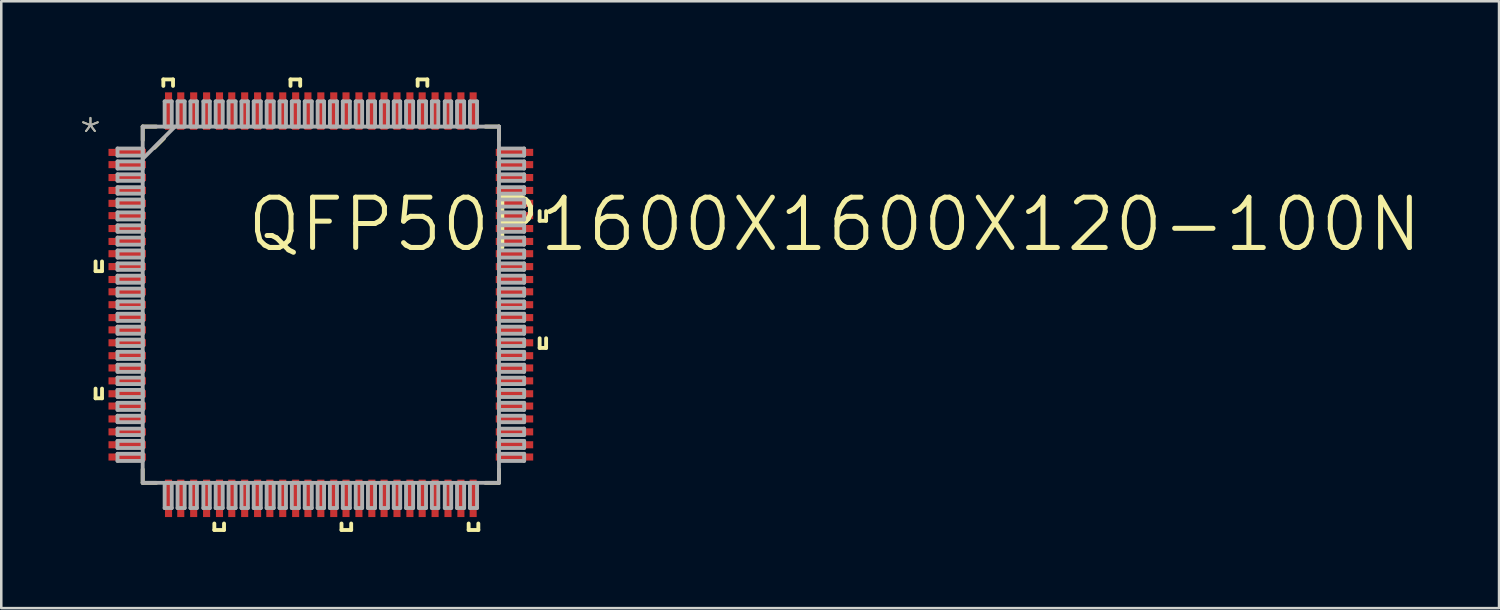
<source format=kicad_pcb>
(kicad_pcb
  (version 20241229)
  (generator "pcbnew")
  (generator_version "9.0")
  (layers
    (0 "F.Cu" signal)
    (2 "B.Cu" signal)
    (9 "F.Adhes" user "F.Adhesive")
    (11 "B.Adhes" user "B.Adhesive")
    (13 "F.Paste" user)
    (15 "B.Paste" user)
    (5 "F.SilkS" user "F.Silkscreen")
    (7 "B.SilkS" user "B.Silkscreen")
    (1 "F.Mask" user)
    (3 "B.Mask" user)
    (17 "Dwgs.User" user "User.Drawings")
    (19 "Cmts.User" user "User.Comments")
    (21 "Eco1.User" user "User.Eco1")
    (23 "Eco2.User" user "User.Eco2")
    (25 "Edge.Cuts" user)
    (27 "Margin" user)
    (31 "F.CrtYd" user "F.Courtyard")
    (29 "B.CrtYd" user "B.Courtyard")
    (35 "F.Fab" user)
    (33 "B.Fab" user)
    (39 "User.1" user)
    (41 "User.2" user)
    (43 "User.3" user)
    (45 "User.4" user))
  (footprint "QFP50P1600X1600X120-100N"
    (layer "F.Cu")
    (at 9.576 8.941)
    (property "Reference" "QFP50P1600X1600X120-100N" (at -3 -2 0) (layer "F.SilkS") (effects (font (size 1.979 1.979) (thickness 0.198)) (justify left bottom)))
    (attr through_hole)
    (fp_line (start -8.865 -1.702) (end -8.865 -1.321) (stroke (width 0.152) (type solid)) (layer "F.SilkS"))
    (fp_line (start -8.865 -1.321) (end -8.611 -1.321) (stroke (width 0.152) (type solid)) (layer "F.SilkS"))
    (fp_line (start -8.865 3.302) (end -8.865 3.683) (stroke (width 0.152) (type solid)) (layer "F.SilkS"))
    (fp_line (start -8.865 3.683) (end -8.611 3.683) (stroke (width 0.152) (type solid)) (layer "F.SilkS"))
    (fp_line (start -8.611 -1.321) (end -8.611 -1.702) (stroke (width 0.152) (type solid)) (layer "F.SilkS"))
    (fp_line (start -8.611 3.683) (end -8.611 3.302) (stroke (width 0.152) (type solid)) (layer "F.SilkS"))
    (fp_line (start -7.01 -7.01) (end -7.01 -6.477) (stroke (width 0.152) (type solid)) (layer "F.SilkS"))
    (fp_line (start -7.01 6.477) (end -7.01 7.01) (stroke (width 0.152) (type solid)) (layer "F.SilkS"))
    (fp_line (start -7.01 7.01) (end -6.477 7.01) (stroke (width 0.152) (type solid)) (layer "F.SilkS"))
    (fp_line (start -6.553 -6.172) (end -6.172 -6.553) (stroke (width 0.152) (type solid)) (layer "F.SilkS"))
    (fp_line (start -6.477 -7.01) (end -7.01 -7.01) (stroke (width 0.152) (type solid)) (layer "F.SilkS"))
    (fp_line (start -6.198 -8.865) (end -5.817 -8.865) (stroke (width 0.152) (type solid)) (layer "F.SilkS"))
    (fp_line (start -6.198 -8.611) (end -6.198 -8.865) (stroke (width 0.152) (type solid)) (layer "F.SilkS"))
    (fp_line (start -5.817 -8.865) (end -5.817 -8.611) (stroke (width 0.152) (type solid)) (layer "F.SilkS"))
    (fp_line (start -4.191 8.611) (end -4.191 8.865) (stroke (width 0.152) (type solid)) (layer "F.SilkS"))
    (fp_line (start -4.191 8.865) (end -3.81 8.865) (stroke (width 0.152) (type solid)) (layer "F.SilkS"))
    (fp_line (start -3.81 8.865) (end -3.81 8.611) (stroke (width 0.152) (type solid)) (layer "F.SilkS"))
    (fp_line (start -1.194 -8.865) (end -0.813 -8.865) (stroke (width 0.152) (type solid)) (layer "F.SilkS"))
    (fp_line (start -1.194 -8.611) (end -1.194 -8.865) (stroke (width 0.152) (type solid)) (layer "F.SilkS"))
    (fp_line (start -0.813 -8.865) (end -0.813 -8.611) (stroke (width 0.152) (type solid)) (layer "F.SilkS"))
    (fp_line (start 0.813 8.611) (end 0.813 8.865) (stroke (width 0.152) (type solid)) (layer "F.SilkS"))
    (fp_line (start 0.813 8.865) (end 1.194 8.865) (stroke (width 0.152) (type solid)) (layer "F.SilkS"))
    (fp_line (start 1.194 8.865) (end 1.194 8.611) (stroke (width 0.152) (type solid)) (layer "F.SilkS"))
    (fp_line (start 3.81 -8.865) (end 4.191 -8.865) (stroke (width 0.152) (type solid)) (layer "F.SilkS"))
    (fp_line (start 3.81 -8.611) (end 3.81 -8.865) (stroke (width 0.152) (type solid)) (layer "F.SilkS"))
    (fp_line (start 4.191 -8.865) (end 4.191 -8.611) (stroke (width 0.152) (type solid)) (layer "F.SilkS"))
    (fp_line (start 5.817 8.611) (end 5.817 8.865) (stroke (width 0.152) (type solid)) (layer "F.SilkS"))
    (fp_line (start 5.817 8.865) (end 6.198 8.865) (stroke (width 0.152) (type solid)) (layer "F.SilkS"))
    (fp_line (start 6.198 8.865) (end 6.198 8.611) (stroke (width 0.152) (type solid)) (layer "F.SilkS"))
    (fp_line (start 6.477 7.01) (end 7.01 7.01) (stroke (width 0.152) (type solid)) (layer "F.SilkS"))
    (fp_line (start 7.01 -7.01) (end 6.477 -7.01) (stroke (width 0.152) (type solid)) (layer "F.SilkS"))
    (fp_line (start 7.01 -6.477) (end 7.01 -7.01) (stroke (width 0.152) (type solid)) (layer "F.SilkS"))
    (fp_line (start 7.01 7.01) (end 7.01 6.477) (stroke (width 0.152) (type solid)) (layer "F.SilkS"))
    (fp_line (start 8.611 -3.302) (end 8.611 -3.683) (stroke (width 0.152) (type solid)) (layer "F.SilkS"))
    (fp_line (start 8.611 1.702) (end 8.611 1.321) (stroke (width 0.152) (type solid)) (layer "F.SilkS"))
    (fp_line (start 8.865 -3.683) (end 8.865 -3.302) (stroke (width 0.152) (type solid)) (layer "F.SilkS"))
    (fp_line (start 8.865 -3.302) (end 8.611 -3.302) (stroke (width 0.152) (type solid)) (layer "F.SilkS"))
    (fp_line (start 8.865 1.321) (end 8.865 1.702) (stroke (width 0.152) (type solid)) (layer "F.SilkS"))
    (fp_line (start 8.865 1.702) (end 8.611 1.702) (stroke (width 0.152) (type solid)) (layer "F.SilkS"))
    (fp_line (start -8.001 -6.147) (end -8.001 -5.867) (stroke (width 0.152) (type solid)) (layer "F.Fab"))
    (fp_line (start -8.001 -5.867) (end -7.01 -5.867) (stroke (width 0.152) (type solid)) (layer "F.Fab"))
    (fp_line (start -8.001 -5.639) (end -8.001 -5.359) (stroke (width 0.152) (type solid)) (layer "F.Fab"))
    (fp_line (start -8.001 -5.359) (end -7.01 -5.359) (stroke (width 0.152) (type solid)) (layer "F.Fab"))
    (fp_line (start -8.001 -5.131) (end -8.001 -4.877) (stroke (width 0.152) (type solid)) (layer "F.Fab"))
    (fp_line (start -8.001 -4.877) (end -7.01 -4.877) (stroke (width 0.152) (type solid)) (layer "F.Fab"))
    (fp_line (start -8.001 -4.623) (end -8.001 -4.369) (stroke (width 0.152) (type solid)) (layer "F.Fab"))
    (fp_line (start -8.001 -4.369) (end -7.01 -4.369) (stroke (width 0.152) (type solid)) (layer "F.Fab"))
    (fp_line (start -8.001 -4.14) (end -8.001 -3.861) (stroke (width 0.152) (type solid)) (layer "F.Fab"))
    (fp_line (start -8.001 -3.861) (end -7.01 -3.861) (stroke (width 0.152) (type solid)) (layer "F.Fab"))
    (fp_line (start -8.001 -3.632) (end -8.001 -3.353) (stroke (width 0.152) (type solid)) (layer "F.Fab"))
    (fp_line (start -8.001 -3.353) (end -7.01 -3.353) (stroke (width 0.152) (type solid)) (layer "F.Fab"))
    (fp_line (start -8.001 -3.124) (end -8.001 -2.87) (stroke (width 0.152) (type solid)) (layer "F.Fab"))
    (fp_line (start -8.001 -2.87) (end -7.01 -2.87) (stroke (width 0.152) (type solid)) (layer "F.Fab"))
    (fp_line (start -8.001 -2.642) (end -8.001 -2.362) (stroke (width 0.152) (type solid)) (layer "F.Fab"))
    (fp_line (start -8.001 -2.362) (end -7.01 -2.362) (stroke (width 0.152) (type solid)) (layer "F.Fab"))
    (fp_line (start -8.001 -2.134) (end -8.001 -1.854) (stroke (width 0.152) (type solid)) (layer "F.Fab"))
    (fp_line (start -8.001 -1.854) (end -7.01 -1.854) (stroke (width 0.152) (type solid)) (layer "F.Fab"))
    (fp_line (start -8.001 -1.626) (end -8.001 -1.372) (stroke (width 0.152) (type solid)) (layer "F.Fab"))
    (fp_line (start -8.001 -1.372) (end -7.01 -1.372) (stroke (width 0.152) (type solid)) (layer "F.Fab"))
    (fp_line (start -8.001 -1.143) (end -8.001 -0.864) (stroke (width 0.152) (type solid)) (layer "F.Fab"))
    (fp_line (start -8.001 -0.864) (end -7.01 -0.864) (stroke (width 0.152) (type solid)) (layer "F.Fab"))
    (fp_line (start -8.001 -0.635) (end -8.001 -0.356) (stroke (width 0.152) (type solid)) (layer "F.Fab"))
    (fp_line (start -8.001 -0.356) (end -7.01 -0.356) (stroke (width 0.152) (type solid)) (layer "F.Fab"))
    (fp_line (start -8.001 -0.127) (end -8.001 0.127) (stroke (width 0.152) (type solid)) (layer "F.Fab"))
    (fp_line (start -8.001 0.127) (end -7.01 0.127) (stroke (width 0.152) (type solid)) (layer "F.Fab"))
    (fp_line (start -8.001 0.356) (end -8.001 0.635) (stroke (width 0.152) (type solid)) (layer "F.Fab"))
    (fp_line (start -8.001 0.635) (end -7.01 0.635) (stroke (width 0.152) (type solid)) (layer "F.Fab"))
    (fp_line (start -8.001 0.864) (end -8.001 1.143) (stroke (width 0.152) (type solid)) (layer "F.Fab"))
    (fp_line (start -8.001 1.143) (end -7.01 1.143) (stroke (width 0.152) (type solid)) (layer "F.Fab"))
    (fp_line (start -8.001 1.372) (end -8.001 1.626) (stroke (width 0.152) (type solid)) (layer "F.Fab"))
    (fp_line (start -8.001 1.626) (end -7.01 1.626) (stroke (width 0.152) (type solid)) (layer "F.Fab"))
    (fp_line (start -8.001 1.854) (end -8.001 2.134) (stroke (width 0.152) (type solid)) (layer "F.Fab"))
    (fp_line (start -8.001 2.134) (end -7.01 2.134) (stroke (width 0.152) (type solid)) (layer "F.Fab"))
    (fp_line (start -8.001 2.362) (end -8.001 2.642) (stroke (width 0.152) (type solid)) (layer "F.Fab"))
    (fp_line (start -8.001 2.642) (end -7.01 2.642) (stroke (width 0.152) (type solid)) (layer "F.Fab"))
    (fp_line (start -8.001 2.87) (end -8.001 3.124) (stroke (width 0.152) (type solid)) (layer "F.Fab"))
    (fp_line (start -8.001 3.124) (end -7.01 3.124) (stroke (width 0.152) (type solid)) (layer "F.Fab"))
    (fp_line (start -8.001 3.353) (end -8.001 3.632) (stroke (width 0.152) (type solid)) (layer "F.Fab"))
    (fp_line (start -8.001 3.632) (end -7.01 3.632) (stroke (width 0.152) (type solid)) (layer "F.Fab"))
    (fp_line (start -8.001 3.861) (end -8.001 4.14) (stroke (width 0.152) (type solid)) (layer "F.Fab"))
    (fp_line (start -8.001 4.14) (end -7.01 4.14) (stroke (width 0.152) (type solid)) (layer "F.Fab"))
    (fp_line (start -8.001 4.369) (end -8.001 4.623) (stroke (width 0.152) (type solid)) (layer "F.Fab"))
    (fp_line (start -8.001 4.623) (end -7.01 4.623) (stroke (width 0.152) (type solid)) (layer "F.Fab"))
    (fp_line (start -8.001 4.877) (end -8.001 5.131) (stroke (width 0.152) (type solid)) (layer "F.Fab"))
    (fp_line (start -8.001 5.131) (end -7.01 5.131) (stroke (width 0.152) (type solid)) (layer "F.Fab"))
    (fp_line (start -8.001 5.359) (end -8.001 5.639) (stroke (width 0.152) (type solid)) (layer "F.Fab"))
    (fp_line (start -8.001 5.639) (end -7.01 5.639) (stroke (width 0.152) (type solid)) (layer "F.Fab"))
    (fp_line (start -8.001 5.867) (end -8.001 6.147) (stroke (width 0.152) (type solid)) (layer "F.Fab"))
    (fp_line (start -8.001 6.147) (end -7.01 6.147) (stroke (width 0.152) (type solid)) (layer "F.Fab"))
    (fp_line (start -7.01 -7.01) (end -7.01 7.01) (stroke (width 0.152) (type solid)) (layer "F.Fab"))
    (fp_line (start -7.01 -6.147) (end -8.001 -6.147) (stroke (width 0.152) (type solid)) (layer "F.Fab"))
    (fp_line (start -7.01 -5.867) (end -7.01 -6.147) (stroke (width 0.152) (type solid)) (layer "F.Fab"))
    (fp_line (start -7.01 -5.74) (end -5.74 -7.01) (stroke (width 0.152) (type solid)) (layer "F.Fab"))
    (fp_line (start -7.01 -5.639) (end -8.001 -5.639) (stroke (width 0.152) (type solid)) (layer "F.Fab"))
    (fp_line (start -7.01 -5.359) (end -7.01 -5.639) (stroke (width 0.152) (type solid)) (layer "F.Fab"))
    (fp_line (start -7.01 -5.131) (end -8.001 -5.131) (stroke (width 0.152) (type solid)) (layer "F.Fab"))
    (fp_line (start -7.01 -4.877) (end -7.01 -5.131) (stroke (width 0.152) (type solid)) (layer "F.Fab"))
    (fp_line (start -7.01 -4.623) (end -8.001 -4.623) (stroke (width 0.152) (type solid)) (layer "F.Fab"))
    (fp_line (start -7.01 -4.369) (end -7.01 -4.623) (stroke (width 0.152) (type solid)) (layer "F.Fab"))
    (fp_line (start -7.01 -4.14) (end -8.001 -4.14) (stroke (width 0.152) (type solid)) (layer "F.Fab"))
    (fp_line (start -7.01 -3.861) (end -7.01 -4.14) (stroke (width 0.152) (type solid)) (layer "F.Fab"))
    (fp_line (start -7.01 -3.632) (end -8.001 -3.632) (stroke (width 0.152) (type solid)) (layer "F.Fab"))
    (fp_line (start -7.01 -3.353) (end -7.01 -3.632) (stroke (width 0.152) (type solid)) (layer "F.Fab"))
    (fp_line (start -7.01 -3.124) (end -8.001 -3.124) (stroke (width 0.152) (type solid)) (layer "F.Fab"))
    (fp_line (start -7.01 -2.87) (end -7.01 -3.124) (stroke (width 0.152) (type solid)) (layer "F.Fab"))
    (fp_line (start -7.01 -2.642) (end -8.001 -2.642) (stroke (width 0.152) (type solid)) (layer "F.Fab"))
    (fp_line (start -7.01 -2.362) (end -7.01 -2.642) (stroke (width 0.152) (type solid)) (layer "F.Fab"))
    (fp_line (start -7.01 -2.134) (end -8.001 -2.134) (stroke (width 0.152) (type solid)) (layer "F.Fab"))
    (fp_line (start -7.01 -1.854) (end -7.01 -2.134) (stroke (width 0.152) (type solid)) (layer "F.Fab"))
    (fp_line (start -7.01 -1.626) (end -8.001 -1.626) (stroke (width 0.152) (type solid)) (layer "F.Fab"))
    (fp_line (start -7.01 -1.372) (end -7.01 -1.626) (stroke (width 0.152) (type solid)) (layer "F.Fab"))
    (fp_line (start -7.01 -1.143) (end -8.001 -1.143) (stroke (width 0.152) (type solid)) (layer "F.Fab"))
    (fp_line (start -7.01 -0.864) (end -7.01 -1.143) (stroke (width 0.152) (type solid)) (layer "F.Fab"))
    (fp_line (start -7.01 -0.635) (end -8.001 -0.635) (stroke (width 0.152) (type solid)) (layer "F.Fab"))
    (fp_line (start -7.01 -0.356) (end -7.01 -0.635) (stroke (width 0.152) (type solid)) (layer "F.Fab"))
    (fp_line (start -7.01 -0.127) (end -8.001 -0.127) (stroke (width 0.152) (type solid)) (layer "F.Fab"))
    (fp_line (start -7.01 0.127) (end -7.01 -0.127) (stroke (width 0.152) (type solid)) (layer "F.Fab"))
    (fp_line (start -7.01 0.356) (end -8.001 0.356) (stroke (width 0.152) (type solid)) (layer "F.Fab"))
    (fp_line (start -7.01 0.635) (end -7.01 0.356) (stroke (width 0.152) (type solid)) (layer "F.Fab"))
    (fp_line (start -7.01 0.864) (end -8.001 0.864) (stroke (width 0.152) (type solid)) (layer "F.Fab"))
    (fp_line (start -7.01 1.143) (end -7.01 0.864) (stroke (width 0.152) (type solid)) (layer "F.Fab"))
    (fp_line (start -7.01 1.372) (end -8.001 1.372) (stroke (width 0.152) (type solid)) (layer "F.Fab"))
    (fp_line (start -7.01 1.626) (end -7.01 1.372) (stroke (width 0.152) (type solid)) (layer "F.Fab"))
    (fp_line (start -7.01 1.854) (end -8.001 1.854) (stroke (width 0.152) (type solid)) (layer "F.Fab"))
    (fp_line (start -7.01 2.134) (end -7.01 1.854) (stroke (width 0.152) (type solid)) (layer "F.Fab"))
    (fp_line (start -7.01 2.362) (end -8.001 2.362) (stroke (width 0.152) (type solid)) (layer "F.Fab"))
    (fp_line (start -7.01 2.642) (end -7.01 2.362) (stroke (width 0.152) (type solid)) (layer "F.Fab"))
    (fp_line (start -7.01 2.87) (end -8.001 2.87) (stroke (width 0.152) (type solid)) (layer "F.Fab"))
    (fp_line (start -7.01 3.124) (end -7.01 2.87) (stroke (width 0.152) (type solid)) (layer "F.Fab"))
    (fp_line (start -7.01 3.353) (end -8.001 3.353) (stroke (width 0.152) (type solid)) (layer "F.Fab"))
    (fp_line (start -7.01 3.632) (end -7.01 3.353) (stroke (width 0.152) (type solid)) (layer "F.Fab"))
    (fp_line (start -7.01 3.861) (end -8.001 3.861) (stroke (width 0.152) (type solid)) (layer "F.Fab"))
    (fp_line (start -7.01 4.14) (end -7.01 3.861) (stroke (width 0.152) (type solid)) (layer "F.Fab"))
    (fp_line (start -7.01 4.369) (end -8.001 4.369) (stroke (width 0.152) (type solid)) (layer "F.Fab"))
    (fp_line (start -7.01 4.623) (end -7.01 4.369) (stroke (width 0.152) (type solid)) (layer "F.Fab"))
    (fp_line (start -7.01 4.877) (end -8.001 4.877) (stroke (width 0.152) (type solid)) (layer "F.Fab"))
    (fp_line (start -7.01 5.131) (end -7.01 4.877) (stroke (width 0.152) (type solid)) (layer "F.Fab"))
    (fp_line (start -7.01 5.359) (end -8.001 5.359) (stroke (width 0.152) (type solid)) (layer "F.Fab"))
    (fp_line (start -7.01 5.639) (end -7.01 5.359) (stroke (width 0.152) (type solid)) (layer "F.Fab"))
    (fp_line (start -7.01 5.867) (end -8.001 5.867) (stroke (width 0.152) (type solid)) (layer "F.Fab"))
    (fp_line (start -7.01 6.147) (end -7.01 5.867) (stroke (width 0.152) (type solid)) (layer "F.Fab"))
    (fp_line (start -7.01 7.01) (end 7.01 7.01) (stroke (width 0.152) (type solid)) (layer "F.Fab"))
    (fp_line (start -6.147 -8.001) (end -6.147 -7.01) (stroke (width 0.152) (type solid)) (layer "F.Fab"))
    (fp_line (start -6.147 -7.01) (end -5.867 -7.01) (stroke (width 0.152) (type solid)) (layer "F.Fab"))
    (fp_line (start -6.147 7.01) (end -6.147 8.001) (stroke (width 0.152) (type solid)) (layer "F.Fab"))
    (fp_line (start -6.147 8.001) (end -5.867 8.001) (stroke (width 0.152) (type solid)) (layer "F.Fab"))
    (fp_line (start -5.867 -8.001) (end -6.147 -8.001) (stroke (width 0.152) (type solid)) (layer "F.Fab"))
    (fp_line (start -5.867 -7.01) (end -5.867 -8.001) (stroke (width 0.152) (type solid)) (layer "F.Fab"))
    (fp_line (start -5.867 7.01) (end -6.147 7.01) (stroke (width 0.152) (type solid)) (layer "F.Fab"))
    (fp_line (start -5.867 8.001) (end -5.867 7.01) (stroke (width 0.152) (type solid)) (layer "F.Fab"))
    (fp_line (start -5.639 -8.001) (end -5.639 -7.01) (stroke (width 0.152) (type solid)) (layer "F.Fab"))
    (fp_line (start -5.639 -7.01) (end -5.359 -7.01) (stroke (width 0.152) (type solid)) (layer "F.Fab"))
    (fp_line (start -5.639 7.01) (end -5.639 8.001) (stroke (width 0.152) (type solid)) (layer "F.Fab"))
    (fp_line (start -5.639 8.001) (end -5.359 8.001) (stroke (width 0.152) (type solid)) (layer "F.Fab"))
    (fp_line (start -5.359 -8.001) (end -5.639 -8.001) (stroke (width 0.152) (type solid)) (layer "F.Fab"))
    (fp_line (start -5.359 -7.01) (end -5.359 -8.001) (stroke (width 0.152) (type solid)) (layer "F.Fab"))
    (fp_line (start -5.359 7.01) (end -5.639 7.01) (stroke (width 0.152) (type solid)) (layer "F.Fab"))
    (fp_line (start -5.359 8.001) (end -5.359 7.01) (stroke (width 0.152) (type solid)) (layer "F.Fab"))
    (fp_line (start -5.131 -8.001) (end -5.131 -7.01) (stroke (width 0.152) (type solid)) (layer "F.Fab"))
    (fp_line (start -5.131 -7.01) (end -4.877 -7.01) (stroke (width 0.152) (type solid)) (layer "F.Fab"))
    (fp_line (start -5.131 7.01) (end -5.131 8.001) (stroke (width 0.152) (type solid)) (layer "F.Fab"))
    (fp_line (start -5.131 8.001) (end -4.877 8.001) (stroke (width 0.152) (type solid)) (layer "F.Fab"))
    (fp_line (start -4.877 -8.001) (end -5.131 -8.001) (stroke (width 0.152) (type solid)) (layer "F.Fab"))
    (fp_line (start -4.877 -7.01) (end -4.877 -8.001) (stroke (width 0.152) (type solid)) (layer "F.Fab"))
    (fp_line (start -4.877 7.01) (end -5.131 7.01) (stroke (width 0.152) (type solid)) (layer "F.Fab"))
    (fp_line (start -4.877 8.001) (end -4.877 7.01) (stroke (width 0.152) (type solid)) (layer "F.Fab"))
    (fp_line (start -4.623 -8.001) (end -4.623 -7.01) (stroke (width 0.152) (type solid)) (layer "F.Fab"))
    (fp_line (start -4.623 -7.01) (end -4.369 -7.01) (stroke (width 0.152) (type solid)) (layer "F.Fab"))
    (fp_line (start -4.623 7.01) (end -4.623 8.001) (stroke (width 0.152) (type solid)) (layer "F.Fab"))
    (fp_line (start -4.623 8.001) (end -4.369 8.001) (stroke (width 0.152) (type solid)) (layer "F.Fab"))
    (fp_line (start -4.369 -8.001) (end -4.623 -8.001) (stroke (width 0.152) (type solid)) (layer "F.Fab"))
    (fp_line (start -4.369 -7.01) (end -4.369 -8.001) (stroke (width 0.152) (type solid)) (layer "F.Fab"))
    (fp_line (start -4.369 7.01) (end -4.623 7.01) (stroke (width 0.152) (type solid)) (layer "F.Fab"))
    (fp_line (start -4.369 8.001) (end -4.369 7.01) (stroke (width 0.152) (type solid)) (layer "F.Fab"))
    (fp_line (start -4.14 -8.001) (end -4.14 -7.01) (stroke (width 0.152) (type solid)) (layer "F.Fab"))
    (fp_line (start -4.14 -7.01) (end -3.861 -7.01) (stroke (width 0.152) (type solid)) (layer "F.Fab"))
    (fp_line (start -4.14 7.01) (end -4.14 8.001) (stroke (width 0.152) (type solid)) (layer "F.Fab"))
    (fp_line (start -4.14 8.001) (end -3.861 8.001) (stroke (width 0.152) (type solid)) (layer "F.Fab"))
    (fp_line (start -3.861 -8.001) (end -4.14 -8.001) (stroke (width 0.152) (type solid)) (layer "F.Fab"))
    (fp_line (start -3.861 -7.01) (end -3.861 -8.001) (stroke (width 0.152) (type solid)) (layer "F.Fab"))
    (fp_line (start -3.861 7.01) (end -4.14 7.01) (stroke (width 0.152) (type solid)) (layer "F.Fab"))
    (fp_line (start -3.861 8.001) (end -3.861 7.01) (stroke (width 0.152) (type solid)) (layer "F.Fab"))
    (fp_line (start -3.632 -8.001) (end -3.632 -7.01) (stroke (width 0.152) (type solid)) (layer "F.Fab"))
    (fp_line (start -3.632 -7.01) (end -3.353 -7.01) (stroke (width 0.152) (type solid)) (layer "F.Fab"))
    (fp_line (start -3.632 7.01) (end -3.632 8.001) (stroke (width 0.152) (type solid)) (layer "F.Fab"))
    (fp_line (start -3.632 8.001) (end -3.353 8.001) (stroke (width 0.152) (type solid)) (layer "F.Fab"))
    (fp_line (start -3.353 -8.001) (end -3.632 -8.001) (stroke (width 0.152) (type solid)) (layer "F.Fab"))
    (fp_line (start -3.353 -7.01) (end -3.353 -8.001) (stroke (width 0.152) (type solid)) (layer "F.Fab"))
    (fp_line (start -3.353 7.01) (end -3.632 7.01) (stroke (width 0.152) (type solid)) (layer "F.Fab"))
    (fp_line (start -3.353 8.001) (end -3.353 7.01) (stroke (width 0.152) (type solid)) (layer "F.Fab"))
    (fp_line (start -3.124 -8.001) (end -3.124 -7.01) (stroke (width 0.152) (type solid)) (layer "F.Fab"))
    (fp_line (start -3.124 -7.01) (end -2.87 -7.01) (stroke (width 0.152) (type solid)) (layer "F.Fab"))
    (fp_line (start -3.124 7.01) (end -3.124 8.001) (stroke (width 0.152) (type solid)) (layer "F.Fab"))
    (fp_line (start -3.124 8.001) (end -2.87 8.001) (stroke (width 0.152) (type solid)) (layer "F.Fab"))
    (fp_line (start -2.87 -8.001) (end -3.124 -8.001) (stroke (width 0.152) (type solid)) (layer "F.Fab"))
    (fp_line (start -2.87 -7.01) (end -2.87 -8.001) (stroke (width 0.152) (type solid)) (layer "F.Fab"))
    (fp_line (start -2.87 7.01) (end -3.124 7.01) (stroke (width 0.152) (type solid)) (layer "F.Fab"))
    (fp_line (start -2.87 8.001) (end -2.87 7.01) (stroke (width 0.152) (type solid)) (layer "F.Fab"))
    (fp_line (start -2.642 -8.001) (end -2.642 -7.01) (stroke (width 0.152) (type solid)) (layer "F.Fab"))
    (fp_line (start -2.642 -7.01) (end -2.362 -7.01) (stroke (width 0.152) (type solid)) (layer "F.Fab"))
    (fp_line (start -2.642 7.01) (end -2.642 8.001) (stroke (width 0.152) (type solid)) (layer "F.Fab"))
    (fp_line (start -2.642 8.001) (end -2.362 8.001) (stroke (width 0.152) (type solid)) (layer "F.Fab"))
    (fp_line (start -2.362 -8.001) (end -2.642 -8.001) (stroke (width 0.152) (type solid)) (layer "F.Fab"))
    (fp_line (start -2.362 -7.01) (end -2.362 -8.001) (stroke (width 0.152) (type solid)) (layer "F.Fab"))
    (fp_line (start -2.362 7.01) (end -2.642 7.01) (stroke (width 0.152) (type solid)) (layer "F.Fab"))
    (fp_line (start -2.362 8.001) (end -2.362 7.01) (stroke (width 0.152) (type solid)) (layer "F.Fab"))
    (fp_line (start -2.134 -8.001) (end -2.134 -7.01) (stroke (width 0.152) (type solid)) (layer "F.Fab"))
    (fp_line (start -2.134 -7.01) (end -1.854 -7.01) (stroke (width 0.152) (type solid)) (layer "F.Fab"))
    (fp_line (start -2.134 7.01) (end -2.134 8.001) (stroke (width 0.152) (type solid)) (layer "F.Fab"))
    (fp_line (start -2.134 8.001) (end -1.854 8.001) (stroke (width 0.152) (type solid)) (layer "F.Fab"))
    (fp_line (start -1.854 -8.001) (end -2.134 -8.001) (stroke (width 0.152) (type solid)) (layer "F.Fab"))
    (fp_line (start -1.854 -7.01) (end -1.854 -8.001) (stroke (width 0.152) (type solid)) (layer "F.Fab"))
    (fp_line (start -1.854 7.01) (end -2.134 7.01) (stroke (width 0.152) (type solid)) (layer "F.Fab"))
    (fp_line (start -1.854 8.001) (end -1.854 7.01) (stroke (width 0.152) (type solid)) (layer "F.Fab"))
    (fp_line (start -1.626 -8.001) (end -1.626 -7.01) (stroke (width 0.152) (type solid)) (layer "F.Fab"))
    (fp_line (start -1.626 -7.01) (end -1.372 -7.01) (stroke (width 0.152) (type solid)) (layer "F.Fab"))
    (fp_line (start -1.626 7.01) (end -1.626 8.001) (stroke (width 0.152) (type solid)) (layer "F.Fab"))
    (fp_line (start -1.626 8.001) (end -1.372 8.001) (stroke (width 0.152) (type solid)) (layer "F.Fab"))
    (fp_line (start -1.372 -8.001) (end -1.626 -8.001) (stroke (width 0.152) (type solid)) (layer "F.Fab"))
    (fp_line (start -1.372 -7.01) (end -1.372 -8.001) (stroke (width 0.152) (type solid)) (layer "F.Fab"))
    (fp_line (start -1.372 7.01) (end -1.626 7.01) (stroke (width 0.152) (type solid)) (layer "F.Fab"))
    (fp_line (start -1.372 8.001) (end -1.372 7.01) (stroke (width 0.152) (type solid)) (layer "F.Fab"))
    (fp_line (start -1.143 -8.001) (end -1.143 -7.01) (stroke (width 0.152) (type solid)) (layer "F.Fab"))
    (fp_line (start -1.143 -7.01) (end -0.864 -7.01) (stroke (width 0.152) (type solid)) (layer "F.Fab"))
    (fp_line (start -1.143 7.01) (end -1.143 8.001) (stroke (width 0.152) (type solid)) (layer "F.Fab"))
    (fp_line (start -1.143 8.001) (end -0.864 8.001) (stroke (width 0.152) (type solid)) (layer "F.Fab"))
    (fp_line (start -0.864 -8.001) (end -1.143 -8.001) (stroke (width 0.152) (type solid)) (layer "F.Fab"))
    (fp_line (start -0.864 -7.01) (end -0.864 -8.001) (stroke (width 0.152) (type solid)) (layer "F.Fab"))
    (fp_line (start -0.864 7.01) (end -1.143 7.01) (stroke (width 0.152) (type solid)) (layer "F.Fab"))
    (fp_line (start -0.864 8.001) (end -0.864 7.01) (stroke (width 0.152) (type solid)) (layer "F.Fab"))
    (fp_line (start -0.635 -8.001) (end -0.635 -7.01) (stroke (width 0.152) (type solid)) (layer "F.Fab"))
    (fp_line (start -0.635 -7.01) (end -0.356 -7.01) (stroke (width 0.152) (type solid)) (layer "F.Fab"))
    (fp_line (start -0.635 7.01) (end -0.635 8.001) (stroke (width 0.152) (type solid)) (layer "F.Fab"))
    (fp_line (start -0.635 8.001) (end -0.356 8.001) (stroke (width 0.152) (type solid)) (layer "F.Fab"))
    (fp_line (start -0.356 -8.001) (end -0.635 -8.001) (stroke (width 0.152) (type solid)) (layer "F.Fab"))
    (fp_line (start -0.356 -7.01) (end -0.356 -8.001) (stroke (width 0.152) (type solid)) (layer "F.Fab"))
    (fp_line (start -0.356 7.01) (end -0.635 7.01) (stroke (width 0.152) (type solid)) (layer "F.Fab"))
    (fp_line (start -0.356 8.001) (end -0.356 7.01) (stroke (width 0.152) (type solid)) (layer "F.Fab"))
    (fp_line (start -0.127 -8.001) (end -0.127 -7.01) (stroke (width 0.152) (type solid)) (layer "F.Fab"))
    (fp_line (start -0.127 -7.01) (end 0.127 -7.01) (stroke (width 0.152) (type solid)) (layer "F.Fab"))
    (fp_line (start -0.127 7.01) (end -0.127 8.001) (stroke (width 0.152) (type solid)) (layer "F.Fab"))
    (fp_line (start -0.127 8.001) (end 0.127 8.001) (stroke (width 0.152) (type solid)) (layer "F.Fab"))
    (fp_line (start 0.127 -8.001) (end -0.127 -8.001) (stroke (width 0.152) (type solid)) (layer "F.Fab"))
    (fp_line (start 0.127 -7.01) (end 0.127 -8.001) (stroke (width 0.152) (type solid)) (layer "F.Fab"))
    (fp_line (start 0.127 7.01) (end -0.127 7.01) (stroke (width 0.152) (type solid)) (layer "F.Fab"))
    (fp_line (start 0.127 8.001) (end 0.127 7.01) (stroke (width 0.152) (type solid)) (layer "F.Fab"))
    (fp_line (start 0.356 -8.001) (end 0.356 -7.01) (stroke (width 0.152) (type solid)) (layer "F.Fab"))
    (fp_line (start 0.356 -7.01) (end 0.635 -7.01) (stroke (width 0.152) (type solid)) (layer "F.Fab"))
    (fp_line (start 0.356 7.01) (end 0.356 8.001) (stroke (width 0.152) (type solid)) (layer "F.Fab"))
    (fp_line (start 0.356 8.001) (end 0.635 8.001) (stroke (width 0.152) (type solid)) (layer "F.Fab"))
    (fp_line (start 0.635 -8.001) (end 0.356 -8.001) (stroke (width 0.152) (type solid)) (layer "F.Fab"))
    (fp_line (start 0.635 -7.01) (end 0.635 -8.001) (stroke (width 0.152) (type solid)) (layer "F.Fab"))
    (fp_line (start 0.635 7.01) (end 0.356 7.01) (stroke (width 0.152) (type solid)) (layer "F.Fab"))
    (fp_line (start 0.635 8.001) (end 0.635 7.01) (stroke (width 0.152) (type solid)) (layer "F.Fab"))
    (fp_line (start 0.864 -8.001) (end 0.864 -7.01) (stroke (width 0.152) (type solid)) (layer "F.Fab"))
    (fp_line (start 0.864 -7.01) (end 1.143 -7.01) (stroke (width 0.152) (type solid)) (layer "F.Fab"))
    (fp_line (start 0.864 7.01) (end 0.864 8.001) (stroke (width 0.152) (type solid)) (layer "F.Fab"))
    (fp_line (start 0.864 8.001) (end 1.143 8.001) (stroke (width 0.152) (type solid)) (layer "F.Fab"))
    (fp_line (start 1.143 -8.001) (end 0.864 -8.001) (stroke (width 0.152) (type solid)) (layer "F.Fab"))
    (fp_line (start 1.143 -7.01) (end 1.143 -8.001) (stroke (width 0.152) (type solid)) (layer "F.Fab"))
    (fp_line (start 1.143 7.01) (end 0.864 7.01) (stroke (width 0.152) (type solid)) (layer "F.Fab"))
    (fp_line (start 1.143 8.001) (end 1.143 7.01) (stroke (width 0.152) (type solid)) (layer "F.Fab"))
    (fp_line (start 1.372 -8.001) (end 1.372 -7.01) (stroke (width 0.152) (type solid)) (layer "F.Fab"))
    (fp_line (start 1.372 -7.01) (end 1.626 -7.01) (stroke (width 0.152) (type solid)) (layer "F.Fab"))
    (fp_line (start 1.372 7.01) (end 1.372 8.001) (stroke (width 0.152) (type solid)) (layer "F.Fab"))
    (fp_line (start 1.372 8.001) (end 1.626 8.001) (stroke (width 0.152) (type solid)) (layer "F.Fab"))
    (fp_line (start 1.626 -8.001) (end 1.372 -8.001) (stroke (width 0.152) (type solid)) (layer "F.Fab"))
    (fp_line (start 1.626 -7.01) (end 1.626 -8.001) (stroke (width 0.152) (type solid)) (layer "F.Fab"))
    (fp_line (start 1.626 7.01) (end 1.372 7.01) (stroke (width 0.152) (type solid)) (layer "F.Fab"))
    (fp_line (start 1.626 8.001) (end 1.626 7.01) (stroke (width 0.152) (type solid)) (layer "F.Fab"))
    (fp_line (start 1.854 -8.001) (end 1.854 -7.01) (stroke (width 0.152) (type solid)) (layer "F.Fab"))
    (fp_line (start 1.854 -7.01) (end 2.134 -7.01) (stroke (width 0.152) (type solid)) (layer "F.Fab"))
    (fp_line (start 1.854 7.01) (end 1.854 8.001) (stroke (width 0.152) (type solid)) (layer "F.Fab"))
    (fp_line (start 1.854 8.001) (end 2.134 8.001) (stroke (width 0.152) (type solid)) (layer "F.Fab"))
    (fp_line (start 2.134 -8.001) (end 1.854 -8.001) (stroke (width 0.152) (type solid)) (layer "F.Fab"))
    (fp_line (start 2.134 -7.01) (end 2.134 -8.001) (stroke (width 0.152) (type solid)) (layer "F.Fab"))
    (fp_line (start 2.134 7.01) (end 1.854 7.01) (stroke (width 0.152) (type solid)) (layer "F.Fab"))
    (fp_line (start 2.134 8.001) (end 2.134 7.01) (stroke (width 0.152) (type solid)) (layer "F.Fab"))
    (fp_line (start 2.362 -8.001) (end 2.362 -7.01) (stroke (width 0.152) (type solid)) (layer "F.Fab"))
    (fp_line (start 2.362 -7.01) (end 2.642 -7.01) (stroke (width 0.152) (type solid)) (layer "F.Fab"))
    (fp_line (start 2.362 7.01) (end 2.362 8.001) (stroke (width 0.152) (type solid)) (layer "F.Fab"))
    (fp_line (start 2.362 8.001) (end 2.642 8.001) (stroke (width 0.152) (type solid)) (layer "F.Fab"))
    (fp_line (start 2.642 -8.001) (end 2.362 -8.001) (stroke (width 0.152) (type solid)) (layer "F.Fab"))
    (fp_line (start 2.642 -7.01) (end 2.642 -8.001) (stroke (width 0.152) (type solid)) (layer "F.Fab"))
    (fp_line (start 2.642 7.01) (end 2.362 7.01) (stroke (width 0.152) (type solid)) (layer "F.Fab"))
    (fp_line (start 2.642 8.001) (end 2.642 7.01) (stroke (width 0.152) (type solid)) (layer "F.Fab"))
    (fp_line (start 2.87 -8.001) (end 2.87 -7.01) (stroke (width 0.152) (type solid)) (layer "F.Fab"))
    (fp_line (start 2.87 -7.01) (end 3.124 -7.01) (stroke (width 0.152) (type solid)) (layer "F.Fab"))
    (fp_line (start 2.87 7.01) (end 2.87 8.001) (stroke (width 0.152) (type solid)) (layer "F.Fab"))
    (fp_line (start 2.87 8.001) (end 3.124 8.001) (stroke (width 0.152) (type solid)) (layer "F.Fab"))
    (fp_line (start 3.124 -8.001) (end 2.87 -8.001) (stroke (width 0.152) (type solid)) (layer "F.Fab"))
    (fp_line (start 3.124 -7.01) (end 3.124 -8.001) (stroke (width 0.152) (type solid)) (layer "F.Fab"))
    (fp_line (start 3.124 7.01) (end 2.87 7.01) (stroke (width 0.152) (type solid)) (layer "F.Fab"))
    (fp_line (start 3.124 8.001) (end 3.124 7.01) (stroke (width 0.152) (type solid)) (layer "F.Fab"))
    (fp_line (start 3.353 -8.001) (end 3.353 -7.01) (stroke (width 0.152) (type solid)) (layer "F.Fab"))
    (fp_line (start 3.353 -7.01) (end 3.632 -7.01) (stroke (width 0.152) (type solid)) (layer "F.Fab"))
    (fp_line (start 3.353 7.01) (end 3.353 8.001) (stroke (width 0.152) (type solid)) (layer "F.Fab"))
    (fp_line (start 3.353 8.001) (end 3.632 8.001) (stroke (width 0.152) (type solid)) (layer "F.Fab"))
    (fp_line (start 3.632 -8.001) (end 3.353 -8.001) (stroke (width 0.152) (type solid)) (layer "F.Fab"))
    (fp_line (start 3.632 -7.01) (end 3.632 -8.001) (stroke (width 0.152) (type solid)) (layer "F.Fab"))
    (fp_line (start 3.632 7.01) (end 3.353 7.01) (stroke (width 0.152) (type solid)) (layer "F.Fab"))
    (fp_line (start 3.632 8.001) (end 3.632 7.01) (stroke (width 0.152) (type solid)) (layer "F.Fab"))
    (fp_line (start 3.861 -8.001) (end 3.861 -7.01) (stroke (width 0.152) (type solid)) (layer "F.Fab"))
    (fp_line (start 3.861 -7.01) (end 4.14 -7.01) (stroke (width 0.152) (type solid)) (layer "F.Fab"))
    (fp_line (start 3.861 7.01) (end 3.861 8.001) (stroke (width 0.152) (type solid)) (layer "F.Fab"))
    (fp_line (start 3.861 8.001) (end 4.14 8.001) (stroke (width 0.152) (type solid)) (layer "F.Fab"))
    (fp_line (start 4.14 -8.001) (end 3.861 -8.001) (stroke (width 0.152) (type solid)) (layer "F.Fab"))
    (fp_line (start 4.14 -7.01) (end 4.14 -8.001) (stroke (width 0.152) (type solid)) (layer "F.Fab"))
    (fp_line (start 4.14 7.01) (end 3.861 7.01) (stroke (width 0.152) (type solid)) (layer "F.Fab"))
    (fp_line (start 4.14 8.001) (end 4.14 7.01) (stroke (width 0.152) (type solid)) (layer "F.Fab"))
    (fp_line (start 4.369 -8.001) (end 4.369 -7.01) (stroke (width 0.152) (type solid)) (layer "F.Fab"))
    (fp_line (start 4.369 -7.01) (end 4.623 -7.01) (stroke (width 0.152) (type solid)) (layer "F.Fab"))
    (fp_line (start 4.369 7.01) (end 4.369 8.001) (stroke (width 0.152) (type solid)) (layer "F.Fab"))
    (fp_line (start 4.369 8.001) (end 4.623 8.001) (stroke (width 0.152) (type solid)) (layer "F.Fab"))
    (fp_line (start 4.623 -8.001) (end 4.369 -8.001) (stroke (width 0.152) (type solid)) (layer "F.Fab"))
    (fp_line (start 4.623 -7.01) (end 4.623 -8.001) (stroke (width 0.152) (type solid)) (layer "F.Fab"))
    (fp_line (start 4.623 7.01) (end 4.369 7.01) (stroke (width 0.152) (type solid)) (layer "F.Fab"))
    (fp_line (start 4.623 8.001) (end 4.623 7.01) (stroke (width 0.152) (type solid)) (layer "F.Fab"))
    (fp_line (start 4.877 -8.001) (end 4.877 -7.01) (stroke (width 0.152) (type solid)) (layer "F.Fab"))
    (fp_line (start 4.877 -7.01) (end 5.131 -7.01) (stroke (width 0.152) (type solid)) (layer "F.Fab"))
    (fp_line (start 4.877 7.01) (end 4.877 8.001) (stroke (width 0.152) (type solid)) (layer "F.Fab"))
    (fp_line (start 4.877 8.001) (end 5.131 8.001) (stroke (width 0.152) (type solid)) (layer "F.Fab"))
    (fp_line (start 5.131 -8.001) (end 4.877 -8.001) (stroke (width 0.152) (type solid)) (layer "F.Fab"))
    (fp_line (start 5.131 -7.01) (end 5.131 -8.001) (stroke (width 0.152) (type solid)) (layer "F.Fab"))
    (fp_line (start 5.131 7.01) (end 4.877 7.01) (stroke (width 0.152) (type solid)) (layer "F.Fab"))
    (fp_line (start 5.131 8.001) (end 5.131 7.01) (stroke (width 0.152) (type solid)) (layer "F.Fab"))
    (fp_line (start 5.359 -8.001) (end 5.359 -7.01) (stroke (width 0.152) (type solid)) (layer "F.Fab"))
    (fp_line (start 5.359 -7.01) (end 5.639 -7.01) (stroke (width 0.152) (type solid)) (layer "F.Fab"))
    (fp_line (start 5.359 7.01) (end 5.359 8.001) (stroke (width 0.152) (type solid)) (layer "F.Fab"))
    (fp_line (start 5.359 8.001) (end 5.639 8.001) (stroke (width 0.152) (type solid)) (layer "F.Fab"))
    (fp_line (start 5.639 -8.001) (end 5.359 -8.001) (stroke (width 0.152) (type solid)) (layer "F.Fab"))
    (fp_line (start 5.639 -7.01) (end 5.639 -8.001) (stroke (width 0.152) (type solid)) (layer "F.Fab"))
    (fp_line (start 5.639 7.01) (end 5.359 7.01) (stroke (width 0.152) (type solid)) (layer "F.Fab"))
    (fp_line (start 5.639 8.001) (end 5.639 7.01) (stroke (width 0.152) (type solid)) (layer "F.Fab"))
    (fp_line (start 5.867 -8.001) (end 5.867 -7.01) (stroke (width 0.152) (type solid)) (layer "F.Fab"))
    (fp_line (start 5.867 -7.01) (end 6.147 -7.01) (stroke (width 0.152) (type solid)) (layer "F.Fab"))
    (fp_line (start 5.867 7.01) (end 5.867 8.001) (stroke (width 0.152) (type solid)) (layer "F.Fab"))
    (fp_line (start 5.867 8.001) (end 6.147 8.001) (stroke (width 0.152) (type solid)) (layer "F.Fab"))
    (fp_line (start 6.147 -8.001) (end 5.867 -8.001) (stroke (width 0.152) (type solid)) (layer "F.Fab"))
    (fp_line (start 6.147 -7.01) (end 6.147 -8.001) (stroke (width 0.152) (type solid)) (layer "F.Fab"))
    (fp_line (start 6.147 7.01) (end 5.867 7.01) (stroke (width 0.152) (type solid)) (layer "F.Fab"))
    (fp_line (start 6.147 8.001) (end 6.147 7.01) (stroke (width 0.152) (type solid)) (layer "F.Fab"))
    (fp_line (start 7.01 -7.01) (end -7.01 -7.01) (stroke (width 0.152) (type solid)) (layer "F.Fab"))
    (fp_line (start 7.01 -6.147) (end 7.01 -5.867) (stroke (width 0.152) (type solid)) (layer "F.Fab"))
    (fp_line (start 7.01 -5.867) (end 8.001 -5.867) (stroke (width 0.152) (type solid)) (layer "F.Fab"))
    (fp_line (start 7.01 -5.639) (end 7.01 -5.359) (stroke (width 0.152) (type solid)) (layer "F.Fab"))
    (fp_line (start 7.01 -5.359) (end 8.001 -5.359) (stroke (width 0.152) (type solid)) (layer "F.Fab"))
    (fp_line (start 7.01 -5.131) (end 7.01 -4.877) (stroke (width 0.152) (type solid)) (layer "F.Fab"))
    (fp_line (start 7.01 -4.877) (end 8.001 -4.877) (stroke (width 0.152) (type solid)) (layer "F.Fab"))
    (fp_line (start 7.01 -4.623) (end 7.01 -4.369) (stroke (width 0.152) (type solid)) (layer "F.Fab"))
    (fp_line (start 7.01 -4.369) (end 8.001 -4.369) (stroke (width 0.152) (type solid)) (layer "F.Fab"))
    (fp_line (start 7.01 -4.14) (end 7.01 -3.861) (stroke (width 0.152) (type solid)) (layer "F.Fab"))
    (fp_line (start 7.01 -3.861) (end 8.001 -3.861) (stroke (width 0.152) (type solid)) (layer "F.Fab"))
    (fp_line (start 7.01 -3.632) (end 7.01 -3.353) (stroke (width 0.152) (type solid)) (layer "F.Fab"))
    (fp_line (start 7.01 -3.353) (end 8.001 -3.353) (stroke (width 0.152) (type solid)) (layer "F.Fab"))
    (fp_line (start 7.01 -3.124) (end 7.01 -2.87) (stroke (width 0.152) (type solid)) (layer "F.Fab"))
    (fp_line (start 7.01 -2.87) (end 8.001 -2.87) (stroke (width 0.152) (type solid)) (layer "F.Fab"))
    (fp_line (start 7.01 -2.642) (end 7.01 -2.362) (stroke (width 0.152) (type solid)) (layer "F.Fab"))
    (fp_line (start 7.01 -2.362) (end 8.001 -2.362) (stroke (width 0.152) (type solid)) (layer "F.Fab"))
    (fp_line (start 7.01 -2.134) (end 7.01 -1.854) (stroke (width 0.152) (type solid)) (layer "F.Fab"))
    (fp_line (start 7.01 -1.854) (end 8.001 -1.854) (stroke (width 0.152) (type solid)) (layer "F.Fab"))
    (fp_line (start 7.01 -1.626) (end 7.01 -1.372) (stroke (width 0.152) (type solid)) (layer "F.Fab"))
    (fp_line (start 7.01 -1.372) (end 8.001 -1.372) (stroke (width 0.152) (type solid)) (layer "F.Fab"))
    (fp_line (start 7.01 -1.143) (end 7.01 -0.864) (stroke (width 0.152) (type solid)) (layer "F.Fab"))
    (fp_line (start 7.01 -0.864) (end 8.001 -0.864) (stroke (width 0.152) (type solid)) (layer "F.Fab"))
    (fp_line (start 7.01 -0.635) (end 7.01 -0.356) (stroke (width 0.152) (type solid)) (layer "F.Fab"))
    (fp_line (start 7.01 -0.356) (end 8.001 -0.356) (stroke (width 0.152) (type solid)) (layer "F.Fab"))
    (fp_line (start 7.01 -0.127) (end 7.01 0.127) (stroke (width 0.152) (type solid)) (layer "F.Fab"))
    (fp_line (start 7.01 0.127) (end 8.001 0.127) (stroke (width 0.152) (type solid)) (layer "F.Fab"))
    (fp_line (start 7.01 0.356) (end 7.01 0.635) (stroke (width 0.152) (type solid)) (layer "F.Fab"))
    (fp_line (start 7.01 0.635) (end 8.001 0.635) (stroke (width 0.152) (type solid)) (layer "F.Fab"))
    (fp_line (start 7.01 0.864) (end 7.01 1.143) (stroke (width 0.152) (type solid)) (layer "F.Fab"))
    (fp_line (start 7.01 1.143) (end 8.001 1.143) (stroke (width 0.152) (type solid)) (layer "F.Fab"))
    (fp_line (start 7.01 1.372) (end 7.01 1.626) (stroke (width 0.152) (type solid)) (layer "F.Fab"))
    (fp_line (start 7.01 1.626) (end 8.001 1.626) (stroke (width 0.152) (type solid)) (layer "F.Fab"))
    (fp_line (start 7.01 1.854) (end 7.01 2.134) (stroke (width 0.152) (type solid)) (layer "F.Fab"))
    (fp_line (start 7.01 2.134) (end 8.001 2.134) (stroke (width 0.152) (type solid)) (layer "F.Fab"))
    (fp_line (start 7.01 2.362) (end 7.01 2.642) (stroke (width 0.152) (type solid)) (layer "F.Fab"))
    (fp_line (start 7.01 2.642) (end 8.001 2.642) (stroke (width 0.152) (type solid)) (layer "F.Fab"))
    (fp_line (start 7.01 2.87) (end 7.01 3.124) (stroke (width 0.152) (type solid)) (layer "F.Fab"))
    (fp_line (start 7.01 3.124) (end 8.001 3.124) (stroke (width 0.152) (type solid)) (layer "F.Fab"))
    (fp_line (start 7.01 3.353) (end 7.01 3.632) (stroke (width 0.152) (type solid)) (layer "F.Fab"))
    (fp_line (start 7.01 3.632) (end 8.001 3.632) (stroke (width 0.152) (type solid)) (layer "F.Fab"))
    (fp_line (start 7.01 3.861) (end 7.01 4.14) (stroke (width 0.152) (type solid)) (layer "F.Fab"))
    (fp_line (start 7.01 4.14) (end 8.001 4.14) (stroke (width 0.152) (type solid)) (layer "F.Fab"))
    (fp_line (start 7.01 4.369) (end 7.01 4.623) (stroke (width 0.152) (type solid)) (layer "F.Fab"))
    (fp_line (start 7.01 4.623) (end 8.001 4.623) (stroke (width 0.152) (type solid)) (layer "F.Fab"))
    (fp_line (start 7.01 4.877) (end 7.01 5.131) (stroke (width 0.152) (type solid)) (layer "F.Fab"))
    (fp_line (start 7.01 5.131) (end 8.001 5.131) (stroke (width 0.152) (type solid)) (layer "F.Fab"))
    (fp_line (start 7.01 5.359) (end 7.01 5.639) (stroke (width 0.152) (type solid)) (layer "F.Fab"))
    (fp_line (start 7.01 5.639) (end 8.001 5.639) (stroke (width 0.152) (type solid)) (layer "F.Fab"))
    (fp_line (start 7.01 5.867) (end 7.01 6.147) (stroke (width 0.152) (type solid)) (layer "F.Fab"))
    (fp_line (start 7.01 6.147) (end 8.001 6.147) (stroke (width 0.152) (type solid)) (layer "F.Fab"))
    (fp_line (start 7.01 7.01) (end 7.01 -7.01) (stroke (width 0.152) (type solid)) (layer "F.Fab"))
    (fp_line (start 8.001 -6.147) (end 7.01 -6.147) (stroke (width 0.152) (type solid)) (layer "F.Fab"))
    (fp_line (start 8.001 -5.867) (end 8.001 -6.147) (stroke (width 0.152) (type solid)) (layer "F.Fab"))
    (fp_line (start 8.001 -5.639) (end 7.01 -5.639) (stroke (width 0.152) (type solid)) (layer "F.Fab"))
    (fp_line (start 8.001 -5.359) (end 8.001 -5.639) (stroke (width 0.152) (type solid)) (layer "F.Fab"))
    (fp_line (start 8.001 -5.131) (end 7.01 -5.131) (stroke (width 0.152) (type solid)) (layer "F.Fab"))
    (fp_line (start 8.001 -4.877) (end 8.001 -5.131) (stroke (width 0.152) (type solid)) (layer "F.Fab"))
    (fp_line (start 8.001 -4.623) (end 7.01 -4.623) (stroke (width 0.152) (type solid)) (layer "F.Fab"))
    (fp_line (start 8.001 -4.369) (end 8.001 -4.623) (stroke (width 0.152) (type solid)) (layer "F.Fab"))
    (fp_line (start 8.001 -4.14) (end 7.01 -4.14) (stroke (width 0.152) (type solid)) (layer "F.Fab"))
    (fp_line (start 8.001 -3.861) (end 8.001 -4.14) (stroke (width 0.152) (type solid)) (layer "F.Fab"))
    (fp_line (start 8.001 -3.632) (end 7.01 -3.632) (stroke (width 0.152) (type solid)) (layer "F.Fab"))
    (fp_line (start 8.001 -3.353) (end 8.001 -3.632) (stroke (width 0.152) (type solid)) (layer "F.Fab"))
    (fp_line (start 8.001 -3.124) (end 7.01 -3.124) (stroke (width 0.152) (type solid)) (layer "F.Fab"))
    (fp_line (start 8.001 -2.87) (end 8.001 -3.124) (stroke (width 0.152) (type solid)) (layer "F.Fab"))
    (fp_line (start 8.001 -2.642) (end 7.01 -2.642) (stroke (width 0.152) (type solid)) (layer "F.Fab"))
    (fp_line (start 8.001 -2.362) (end 8.001 -2.642) (stroke (width 0.152) (type solid)) (layer "F.Fab"))
    (fp_line (start 8.001 -2.134) (end 7.01 -2.134) (stroke (width 0.152) (type solid)) (layer "F.Fab"))
    (fp_line (start 8.001 -1.854) (end 8.001 -2.134) (stroke (width 0.152) (type solid)) (layer "F.Fab"))
    (fp_line (start 8.001 -1.626) (end 7.01 -1.626) (stroke (width 0.152) (type solid)) (layer "F.Fab"))
    (fp_line (start 8.001 -1.372) (end 8.001 -1.626) (stroke (width 0.152) (type solid)) (layer "F.Fab"))
    (fp_line (start 8.001 -1.143) (end 7.01 -1.143) (stroke (width 0.152) (type solid)) (layer "F.Fab"))
    (fp_line (start 8.001 -0.864) (end 8.001 -1.143) (stroke (width 0.152) (type solid)) (layer "F.Fab"))
    (fp_line (start 8.001 -0.635) (end 7.01 -0.635) (stroke (width 0.152) (type solid)) (layer "F.Fab"))
    (fp_line (start 8.001 -0.356) (end 8.001 -0.635) (stroke (width 0.152) (type solid)) (layer "F.Fab"))
    (fp_line (start 8.001 -0.127) (end 7.01 -0.127) (stroke (width 0.152) (type solid)) (layer "F.Fab"))
    (fp_line (start 8.001 0.127) (end 8.001 -0.127) (stroke (width 0.152) (type solid)) (layer "F.Fab"))
    (fp_line (start 8.001 0.356) (end 7.01 0.356) (stroke (width 0.152) (type solid)) (layer "F.Fab"))
    (fp_line (start 8.001 0.635) (end 8.001 0.356) (stroke (width 0.152) (type solid)) (layer "F.Fab"))
    (fp_line (start 8.001 0.864) (end 7.01 0.864) (stroke (width 0.152) (type solid)) (layer "F.Fab"))
    (fp_line (start 8.001 1.143) (end 8.001 0.864) (stroke (width 0.152) (type solid)) (layer "F.Fab"))
    (fp_line (start 8.001 1.372) (end 7.01 1.372) (stroke (width 0.152) (type solid)) (layer "F.Fab"))
    (fp_line (start 8.001 1.626) (end 8.001 1.372) (stroke (width 0.152) (type solid)) (layer "F.Fab"))
    (fp_line (start 8.001 1.854) (end 7.01 1.854) (stroke (width 0.152) (type solid)) (layer "F.Fab"))
    (fp_line (start 8.001 2.134) (end 8.001 1.854) (stroke (width 0.152) (type solid)) (layer "F.Fab"))
    (fp_line (start 8.001 2.362) (end 7.01 2.362) (stroke (width 0.152) (type solid)) (layer "F.Fab"))
    (fp_line (start 8.001 2.642) (end 8.001 2.362) (stroke (width 0.152) (type solid)) (layer "F.Fab"))
    (fp_line (start 8.001 2.87) (end 7.01 2.87) (stroke (width 0.152) (type solid)) (layer "F.Fab"))
    (fp_line (start 8.001 3.124) (end 8.001 2.87) (stroke (width 0.152) (type solid)) (layer "F.Fab"))
    (fp_line (start 8.001 3.353) (end 7.01 3.353) (stroke (width 0.152) (type solid)) (layer "F.Fab"))
    (fp_line (start 8.001 3.632) (end 8.001 3.353) (stroke (width 0.152) (type solid)) (layer "F.Fab"))
    (fp_line (start 8.001 3.861) (end 7.01 3.861) (stroke (width 0.152) (type solid)) (layer "F.Fab"))
    (fp_line (start 8.001 4.14) (end 8.001 3.861) (stroke (width 0.152) (type solid)) (layer "F.Fab"))
    (fp_line (start 8.001 4.369) (end 7.01 4.369) (stroke (width 0.152) (type solid)) (layer "F.Fab"))
    (fp_line (start 8.001 4.623) (end 8.001 4.369) (stroke (width 0.152) (type solid)) (layer "F.Fab"))
    (fp_line (start 8.001 4.877) (end 7.01 4.877) (stroke (width 0.152) (type solid)) (layer "F.Fab"))
    (fp_line (start 8.001 5.131) (end 8.001 4.877) (stroke (width 0.152) (type solid)) (layer "F.Fab"))
    (fp_line (start 8.001 5.359) (end 7.01 5.359) (stroke (width 0.152) (type solid)) (layer "F.Fab"))
    (fp_line (start 8.001 5.639) (end 8.001 5.359) (stroke (width 0.152) (type solid)) (layer "F.Fab"))
    (fp_line (start 8.001 5.867) (end 7.01 5.867) (stroke (width 0.152) (type solid)) (layer "F.Fab"))
    (fp_line (start 8.001 6.147) (end 8.001 5.867) (stroke (width 0.152) (type solid)) (layer "F.Fab"))
    (fp_text user "*" (at -9.576 -5.994 0) (layer "F.SilkS") (effects (font (size 1.206 1.206) (thickness 0.076)) (justify left bottom)))
    (fp_text user "*" (at -9.576 -5.994 0) (layer "F.Fab") (effects (font (size 1.206 1.206) (thickness 0.076)) (justify left bottom)))
    (pad "1" smd rect (at -7.62 -5.994 270) (size 0.279 1.473) (layers "F.Cu" "F.Mask" "F.Paste"))
    (pad "2" smd rect (at -7.62 -5.512 270) (size 0.279 1.473) (layers "F.Cu" "F.Mask" "F.Paste"))
    (pad "3" smd rect (at -7.62 -5.004 270) (size 0.279 1.473) (layers "F.Cu" "F.Mask" "F.Paste"))
    (pad "4" smd rect (at -7.62 -4.496 270) (size 0.279 1.473) (layers "F.Cu" "F.Mask" "F.Paste"))
    (pad "5" smd rect (at -7.62 -3.988 270) (size 0.279 1.473) (layers "F.Cu" "F.Mask" "F.Paste"))
    (pad "6" smd rect (at -7.62 -3.505 270) (size 0.279 1.473) (layers "F.Cu" "F.Mask" "F.Paste"))
    (pad "7" smd rect (at -7.62 -2.997 270) (size 0.279 1.473) (layers "F.Cu" "F.Mask" "F.Paste"))
    (pad "8" smd rect (at -7.62 -2.489 270) (size 0.279 1.473) (layers "F.Cu" "F.Mask" "F.Paste"))
    (pad "9" smd rect (at -7.62 -2.007 270) (size 0.279 1.473) (layers "F.Cu" "F.Mask" "F.Paste"))
    (pad "10" smd rect (at -7.62 -1.499 270) (size 0.279 1.473) (layers "F.Cu" "F.Mask" "F.Paste"))
    (pad "11" smd rect (at -7.62 -0.991 270) (size 0.279 1.473) (layers "F.Cu" "F.Mask" "F.Paste"))
    (pad "12" smd rect (at -7.62 -0.508 270) (size 0.279 1.473) (layers "F.Cu" "F.Mask" "F.Paste"))
    (pad "13" smd rect (at -7.62 0 270) (size 0.279 1.473) (layers "F.Cu" "F.Mask" "F.Paste"))
    (pad "14" smd rect (at -7.62 0.508 270) (size 0.279 1.473) (layers "F.Cu" "F.Mask" "F.Paste"))
    (pad "15" smd rect (at -7.62 0.991 270) (size 0.279 1.473) (layers "F.Cu" "F.Mask" "F.Paste"))
    (pad "16" smd rect (at -7.62 1.499 270) (size 0.279 1.473) (layers "F.Cu" "F.Mask" "F.Paste"))
    (pad "17" smd rect (at -7.62 2.007 270) (size 0.279 1.473) (layers "F.Cu" "F.Mask" "F.Paste"))
    (pad "18" smd rect (at -7.62 2.489 270) (size 0.279 1.473) (layers "F.Cu" "F.Mask" "F.Paste"))
    (pad "19" smd rect (at -7.62 2.997 270) (size 0.279 1.473) (layers "F.Cu" "F.Mask" "F.Paste"))
    (pad "20" smd rect (at -7.62 3.505 270) (size 0.279 1.473) (layers "F.Cu" "F.Mask" "F.Paste"))
    (pad "21" smd rect (at -7.62 3.988 270) (size 0.279 1.473) (layers "F.Cu" "F.Mask" "F.Paste"))
    (pad "22" smd rect (at -7.62 4.496 270) (size 0.279 1.473) (layers "F.Cu" "F.Mask" "F.Paste"))
    (pad "23" smd rect (at -7.62 5.004 270) (size 0.279 1.473) (layers "F.Cu" "F.Mask" "F.Paste"))
    (pad "24" smd rect (at -7.62 5.512 270) (size 0.279 1.473) (layers "F.Cu" "F.Mask" "F.Paste"))
    (pad "25" smd rect (at -7.62 5.994 270) (size 0.279 1.473) (layers "F.Cu" "F.Mask" "F.Paste"))
    (pad "26" smd rect (at -5.994 7.62 180) (size 0.279 1.473) (layers "F.Cu" "F.Mask" "F.Paste"))
    (pad "27" smd rect (at -5.512 7.62 180) (size 0.279 1.473) (layers "F.Cu" "F.Mask" "F.Paste"))
    (pad "28" smd rect (at -5.004 7.62 180) (size 0.279 1.473) (layers "F.Cu" "F.Mask" "F.Paste"))
    (pad "29" smd rect (at -4.496 7.62 180) (size 0.279 1.473) (layers "F.Cu" "F.Mask" "F.Paste"))
    (pad "30" smd rect (at -3.988 7.62 180) (size 0.279 1.473) (layers "F.Cu" "F.Mask" "F.Paste"))
    (pad "31" smd rect (at -3.505 7.62 180) (size 0.279 1.473) (layers "F.Cu" "F.Mask" "F.Paste"))
    (pad "32" smd rect (at -2.997 7.62 180) (size 0.279 1.473) (layers "F.Cu" "F.Mask" "F.Paste"))
    (pad "33" smd rect (at -2.489 7.62 180) (size 0.279 1.473) (layers "F.Cu" "F.Mask" "F.Paste"))
    (pad "34" smd rect (at -2.007 7.62 180) (size 0.279 1.473) (layers "F.Cu" "F.Mask" "F.Paste"))
    (pad "35" smd rect (at -1.499 7.62 180) (size 0.279 1.473) (layers "F.Cu" "F.Mask" "F.Paste"))
    (pad "36" smd rect (at -0.991 7.62 180) (size 0.279 1.473) (layers "F.Cu" "F.Mask" "F.Paste"))
    (pad "37" smd rect (at -0.508 7.62 180) (size 0.279 1.473) (layers "F.Cu" "F.Mask" "F.Paste"))
    (pad "38" smd rect (at 0 7.62 180) (size 0.279 1.473) (layers "F.Cu" "F.Mask" "F.Paste"))
    (pad "39" smd rect (at 0.508 7.62 180) (size 0.279 1.473) (layers "F.Cu" "F.Mask" "F.Paste"))
    (pad "40" smd rect (at 0.991 7.62 180) (size 0.279 1.473) (layers "F.Cu" "F.Mask" "F.Paste"))
    (pad "41" smd rect (at 1.499 7.62 180) (size 0.279 1.473) (layers "F.Cu" "F.Mask" "F.Paste"))
    (pad "42" smd rect (at 2.007 7.62 180) (size 0.279 1.473) (layers "F.Cu" "F.Mask" "F.Paste"))
    (pad "43" smd rect (at 2.489 7.62 180) (size 0.279 1.473) (layers "F.Cu" "F.Mask" "F.Paste"))
    (pad "44" smd rect (at 2.997 7.62 180) (size 0.279 1.473) (layers "F.Cu" "F.Mask" "F.Paste"))
    (pad "45" smd rect (at 3.505 7.62 180) (size 0.279 1.473) (layers "F.Cu" "F.Mask" "F.Paste"))
    (pad "46" smd rect (at 3.988 7.62 180) (size 0.279 1.473) (layers "F.Cu" "F.Mask" "F.Paste"))
    (pad "47" smd rect (at 4.496 7.62 180) (size 0.279 1.473) (layers "F.Cu" "F.Mask" "F.Paste"))
    (pad "48" smd rect (at 5.004 7.62 180) (size 0.279 1.473) (layers "F.Cu" "F.Mask" "F.Paste"))
    (pad "49" smd rect (at 5.512 7.62 180) (size 0.279 1.473) (layers "F.Cu" "F.Mask" "F.Paste"))
    (pad "50" smd rect (at 5.994 7.62 180) (size 0.279 1.473) (layers "F.Cu" "F.Mask" "F.Paste"))
    (pad "51" smd rect (at 7.62 5.994 270) (size 0.279 1.473) (layers "F.Cu" "F.Mask" "F.Paste"))
    (pad "52" smd rect (at 7.62 5.512 270) (size 0.279 1.473) (layers "F.Cu" "F.Mask" "F.Paste"))
    (pad "53" smd rect (at 7.62 5.004 270) (size 0.279 1.473) (layers "F.Cu" "F.Mask" "F.Paste"))
    (pad "54" smd rect (at 7.62 4.496 270) (size 0.279 1.473) (layers "F.Cu" "F.Mask" "F.Paste"))
    (pad "55" smd rect (at 7.62 3.988 270) (size 0.279 1.473) (layers "F.Cu" "F.Mask" "F.Paste"))
    (pad "56" smd rect (at 7.62 3.505 270) (size 0.279 1.473) (layers "F.Cu" "F.Mask" "F.Paste"))
    (pad "57" smd rect (at 7.62 2.997 270) (size 0.279 1.473) (layers "F.Cu" "F.Mask" "F.Paste"))
    (pad "58" smd rect (at 7.62 2.489 270) (size 0.279 1.473) (layers "F.Cu" "F.Mask" "F.Paste"))
    (pad "59" smd rect (at 7.62 2.007 270) (size 0.279 1.473) (layers "F.Cu" "F.Mask" "F.Paste"))
    (pad "60" smd rect (at 7.62 1.499 270) (size 0.279 1.473) (layers "F.Cu" "F.Mask" "F.Paste"))
    (pad "61" smd rect (at 7.62 0.991 270) (size 0.279 1.473) (layers "F.Cu" "F.Mask" "F.Paste"))
    (pad "62" smd rect (at 7.62 0.508 270) (size 0.279 1.473) (layers "F.Cu" "F.Mask" "F.Paste"))
    (pad "63" smd rect (at 7.62 0 270) (size 0.279 1.473) (layers "F.Cu" "F.Mask" "F.Paste"))
    (pad "64" smd rect (at 7.62 -0.508 270) (size 0.279 1.473) (layers "F.Cu" "F.Mask" "F.Paste"))
    (pad "65" smd rect (at 7.62 -0.991 270) (size 0.279 1.473) (layers "F.Cu" "F.Mask" "F.Paste"))
    (pad "66" smd rect (at 7.62 -1.499 270) (size 0.279 1.473) (layers "F.Cu" "F.Mask" "F.Paste"))
    (pad "67" smd rect (at 7.62 -2.007 270) (size 0.279 1.473) (layers "F.Cu" "F.Mask" "F.Paste"))
    (pad "68" smd rect (at 7.62 -2.489 270) (size 0.279 1.473) (layers "F.Cu" "F.Mask" "F.Paste"))
    (pad "69" smd rect (at 7.62 -2.997 270) (size 0.279 1.473) (layers "F.Cu" "F.Mask" "F.Paste"))
    (pad "70" smd rect (at 7.62 -3.505 270) (size 0.279 1.473) (layers "F.Cu" "F.Mask" "F.Paste"))
    (pad "71" smd rect (at 7.62 -3.988 270) (size 0.279 1.473) (layers "F.Cu" "F.Mask" "F.Paste"))
    (pad "72" smd rect (at 7.62 -4.496 270) (size 0.279 1.473) (layers "F.Cu" "F.Mask" "F.Paste"))
    (pad "73" smd rect (at 7.62 -5.004 270) (size 0.279 1.473) (layers "F.Cu" "F.Mask" "F.Paste"))
    (pad "74" smd rect (at 7.62 -5.512 270) (size 0.279 1.473) (layers "F.Cu" "F.Mask" "F.Paste"))
    (pad "75" smd rect (at 7.62 -5.994 270) (size 0.279 1.473) (layers "F.Cu" "F.Mask" "F.Paste"))
    (pad "76" smd rect (at 5.994 -7.62 180) (size 0.279 1.473) (layers "F.Cu" "F.Mask" "F.Paste"))
    (pad "77" smd rect (at 5.512 -7.62 180) (size 0.279 1.473) (layers "F.Cu" "F.Mask" "F.Paste"))
    (pad "78" smd rect (at 5.004 -7.62 180) (size 0.279 1.473) (layers "F.Cu" "F.Mask" "F.Paste"))
    (pad "79" smd rect (at 4.496 -7.62 180) (size 0.279 1.473) (layers "F.Cu" "F.Mask" "F.Paste"))
    (pad "80" smd rect (at 3.988 -7.62 180) (size 0.279 1.473) (layers "F.Cu" "F.Mask" "F.Paste"))
    (pad "81" smd rect (at 3.505 -7.62 180) (size 0.279 1.473) (layers "F.Cu" "F.Mask" "F.Paste"))
    (pad "82" smd rect (at 2.997 -7.62 180) (size 0.279 1.473) (layers "F.Cu" "F.Mask" "F.Paste"))
    (pad "83" smd rect (at 2.489 -7.62 180) (size 0.279 1.473) (layers "F.Cu" "F.Mask" "F.Paste"))
    (pad "84" smd rect (at 2.007 -7.62 180) (size 0.279 1.473) (layers "F.Cu" "F.Mask" "F.Paste"))
    (pad "85" smd rect (at 1.499 -7.62 180) (size 0.279 1.473) (layers "F.Cu" "F.Mask" "F.Paste"))
    (pad "86" smd rect (at 0.991 -7.62 180) (size 0.279 1.473) (layers "F.Cu" "F.Mask" "F.Paste"))
    (pad "87" smd rect (at 0.508 -7.62 180) (size 0.279 1.473) (layers "F.Cu" "F.Mask" "F.Paste"))
    (pad "88" smd rect (at 0 -7.62 180) (size 0.279 1.473) (layers "F.Cu" "F.Mask" "F.Paste"))
    (pad "89" smd rect (at -0.508 -7.62 180) (size 0.279 1.473) (layers "F.Cu" "F.Mask" "F.Paste"))
    (pad "90" smd rect (at -0.991 -7.62 180) (size 0.279 1.473) (layers "F.Cu" "F.Mask" "F.Paste"))
    (pad "91" smd rect (at -1.499 -7.62 180) (size 0.279 1.473) (layers "F.Cu" "F.Mask" "F.Paste"))
    (pad "92" smd rect (at -2.007 -7.62 180) (size 0.279 1.473) (layers "F.Cu" "F.Mask" "F.Paste"))
    (pad "93" smd rect (at -2.489 -7.62 180) (size 0.279 1.473) (layers "F.Cu" "F.Mask" "F.Paste"))
    (pad "94" smd rect (at -2.997 -7.62 180) (size 0.279 1.473) (layers "F.Cu" "F.Mask" "F.Paste"))
    (pad "95" smd rect (at -3.505 -7.62 180) (size 0.279 1.473) (layers "F.Cu" "F.Mask" "F.Paste"))
    (pad "96" smd rect (at -3.988 -7.62 180) (size 0.279 1.473) (layers "F.Cu" "F.Mask" "F.Paste"))
    (pad "97" smd rect (at -4.496 -7.62 180) (size 0.279 1.473) (layers "F.Cu" "F.Mask" "F.Paste"))
    (pad "98" smd rect (at -5.004 -7.62 180) (size 0.279 1.473) (layers "F.Cu" "F.Mask" "F.Paste"))
    (pad "99" smd rect (at -5.512 -7.62 180) (size 0.279 1.473) (layers "F.Cu" "F.Mask" "F.Paste"))
    (pad "100" smd rect (at -5.994 -7.62 180) (size 0.279 1.473) (layers "F.Cu" "F.Mask" "F.Paste")))
  (gr_rect
    (start -3 -3)
    (end 55.942 20.882)
    (stroke (width 0.1) (type default))
    (fill no)
    (layer "Edge.Cuts")))
</source>
